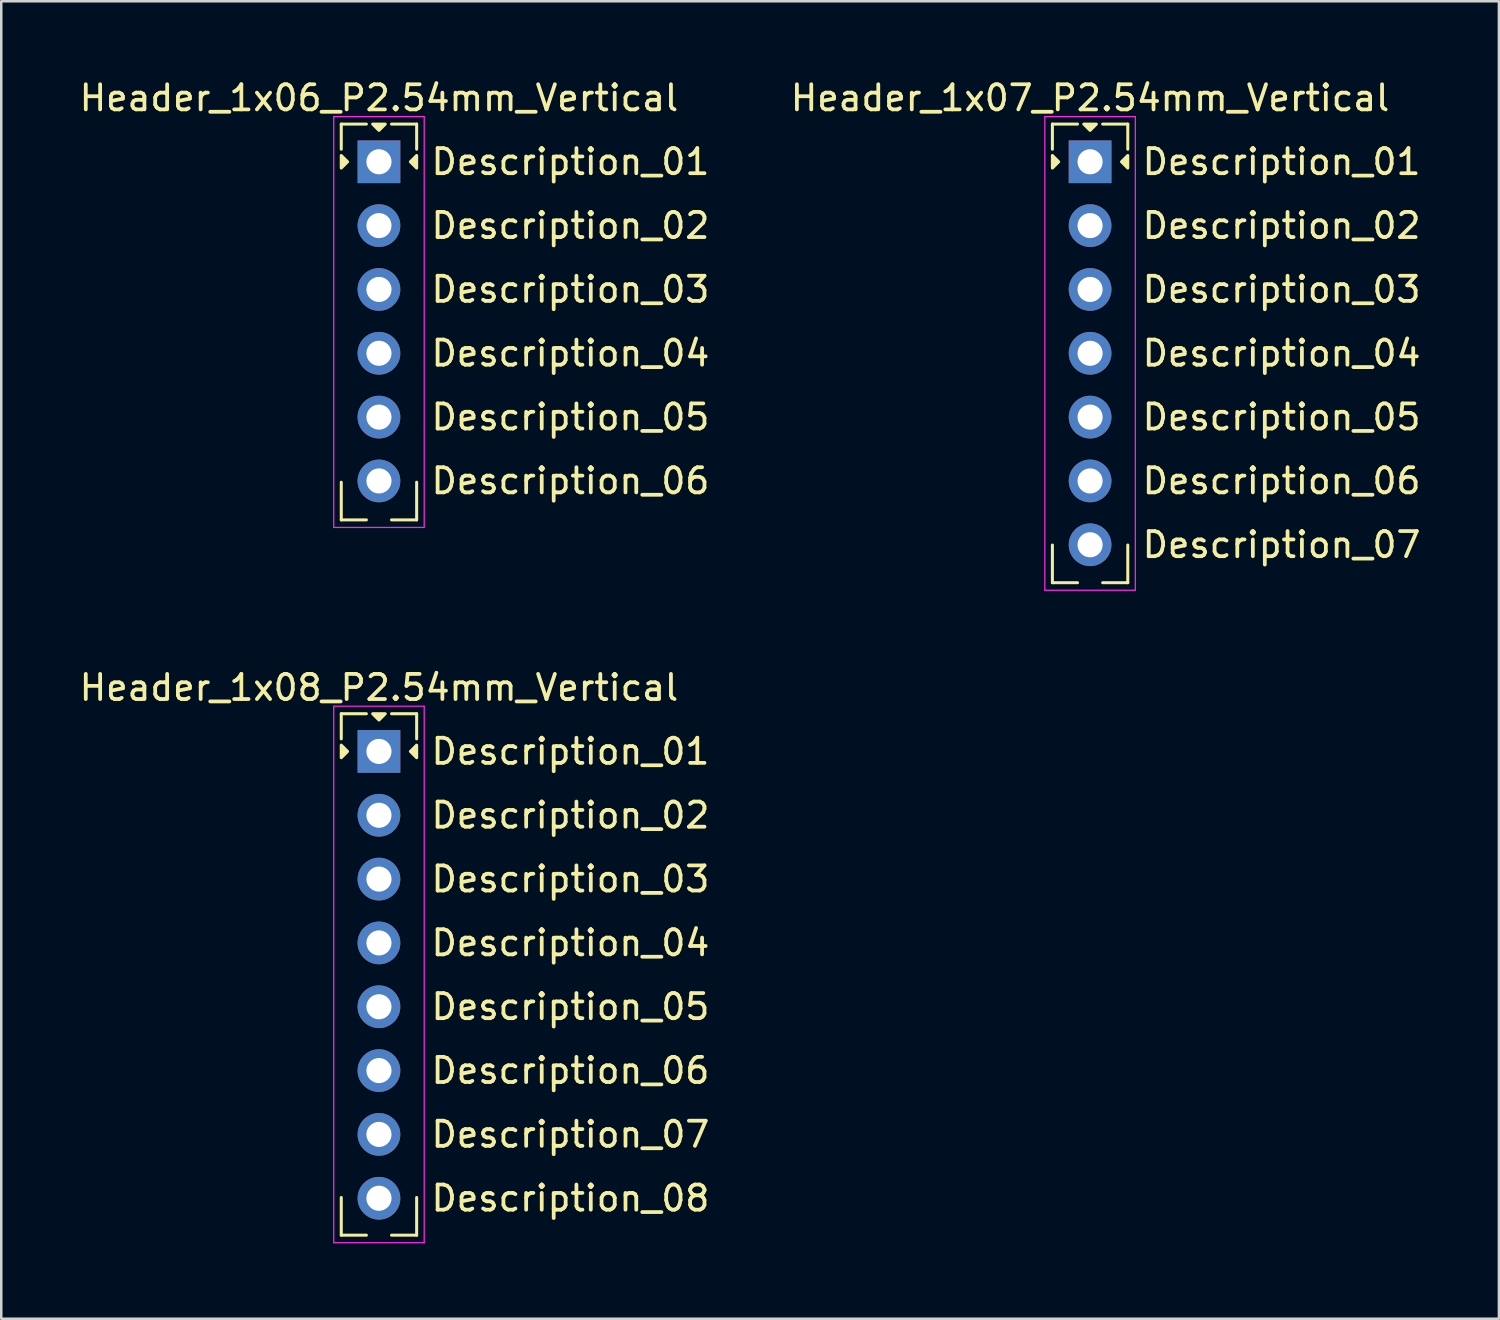
<source format=kicad_pcb>
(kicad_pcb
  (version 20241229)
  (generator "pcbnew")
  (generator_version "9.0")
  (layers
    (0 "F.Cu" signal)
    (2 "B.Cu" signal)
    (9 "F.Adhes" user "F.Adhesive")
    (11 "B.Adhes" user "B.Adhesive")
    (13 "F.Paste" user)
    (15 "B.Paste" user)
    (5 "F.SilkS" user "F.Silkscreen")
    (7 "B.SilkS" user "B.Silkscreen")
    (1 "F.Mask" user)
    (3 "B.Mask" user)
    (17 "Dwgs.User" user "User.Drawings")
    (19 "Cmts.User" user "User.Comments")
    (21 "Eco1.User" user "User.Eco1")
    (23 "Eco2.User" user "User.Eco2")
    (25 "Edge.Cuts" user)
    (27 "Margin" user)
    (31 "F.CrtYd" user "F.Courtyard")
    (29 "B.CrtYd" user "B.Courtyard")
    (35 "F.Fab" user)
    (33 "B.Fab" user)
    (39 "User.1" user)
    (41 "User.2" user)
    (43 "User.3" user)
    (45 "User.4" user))
  (footprint "Header_1x06_P2.54mm_Vertical"
    (layer "F.Cu")
    (at 12.03 3.388)
    (property "Reference" "Header_1x06_P2.54mm_Vertical" (at 0 -2.54 0) (layer "F.SilkS") (effects (font (size 1 1) (thickness 0.15))))
    (attr through_hole)
    (fp_line (start -1.5 -1.5) (end -1.5 -0.5) (stroke (width 0.12) (type solid)) (layer "F.SilkS"))
    (fp_line (start -1.5 12.75) (end -1.5 14.25) (stroke (width 0.12) (type solid)) (layer "F.SilkS"))
    (fp_line (start -1.5 14.25) (end -0.5 14.25) (stroke (width 0.12) (type solid)) (layer "F.SilkS"))
    (fp_line (start -0.5 -1.5) (end -1.5 -1.5) (stroke (width 0.12) (type solid)) (layer "F.SilkS"))
    (fp_line (start 0.5 -1.5) (end 1.5 -1.5) (stroke (width 0.12) (type solid)) (layer "F.SilkS"))
    (fp_line (start 0.5 14.25) (end 1.5 14.25) (stroke (width 0.12) (type solid)) (layer "F.SilkS"))
    (fp_line (start 1.5 -1.5) (end 1.5 -0.5) (stroke (width 0.12) (type solid)) (layer "F.SilkS"))
    (fp_line (start 1.5 14.25) (end 1.5 12.75) (stroke (width 0.12) (type solid)) (layer "F.SilkS"))
    (fp_poly (pts (xy -1.25 0) (xy -1.5 0.25) (xy -1.5 -0.25)) (stroke (width 0.12) (type solid)) (fill yes) (layer "F.SilkS"))
    (fp_poly (pts (xy 0 -1.25) (xy -0.25 -1.5) (xy 0.25 -1.5)) (stroke (width 0.12) (type solid)) (fill yes) (layer "F.SilkS"))
    (fp_poly (pts (xy 1.5 0.25) (xy 1.25 0) (xy 1.5 -0.25)) (stroke (width 0.12) (type solid)) (fill yes) (layer "F.SilkS"))
    (fp_line (start -1.8 -1.8) (end -1.8 14.55) (stroke (width 0.05) (type solid)) (layer "F.CrtYd"))
    (fp_line (start -1.8 14.55) (end 1.8 14.55) (stroke (width 0.05) (type solid)) (layer "F.CrtYd"))
    (fp_line (start 1.8 -1.8) (end -1.8 -1.8) (stroke (width 0.05) (type solid)) (layer "F.CrtYd"))
    (fp_line (start 1.8 14.55) (end 1.8 -1.8) (stroke (width 0.05) (type solid)) (layer "F.CrtYd"))
    (fp_text user "Description_06" (at 7.62 12.7 0) (unlocked yes) (layer "F.SilkS") (effects (font (size 1 1) (thickness 0.15))))
    (fp_text user "Description_04" (at 7.62 7.62 0) (unlocked yes) (layer "F.SilkS") (effects (font (size 1 1) (thickness 0.15))))
    (fp_text user "Description_01" (at 7.62 0 0) (unlocked yes) (layer "F.SilkS") (effects (font (size 1 1) (thickness 0.15))))
    (fp_text user "Description_05" (at 7.62 10.16 0) (unlocked yes) (layer "F.SilkS") (effects (font (size 1 1) (thickness 0.15))))
    (fp_text user "Description_02" (at 7.62 2.54 0) (unlocked yes) (layer "F.SilkS") (effects (font (size 1 1) (thickness 0.15))))
    (fp_text user "Description_03" (at 7.62 5.08 0) (unlocked yes) (layer "F.SilkS") (effects (font (size 1 1) (thickness 0.15))))
    (pad "1" thru_hole rect (at 0 0) (size 1.7 1.7) (drill 1) (layers "*.Cu" "*.Mask"))
    (pad "2" thru_hole oval (at 0 2.54) (size 1.7 1.7) (drill 1) (layers "*.Cu" "*.Mask"))
    (pad "3" thru_hole oval (at 0 5.08) (size 1.7 1.7) (drill 1) (layers "*.Cu" "*.Mask"))
    (pad "4" thru_hole oval (at 0 7.62) (size 1.7 1.7) (drill 1) (layers "*.Cu" "*.Mask"))
    (pad "5" thru_hole oval (at 0 10.16) (size 1.7 1.7) (drill 1) (layers "*.Cu" "*.Mask"))
    (pad "6" thru_hole oval (at 0 12.7) (size 1.7 1.7) (drill 1) (layers "*.Cu" "*.Mask")))
  (footprint "Header_1x07_P2.54mm_Vertical"
    (layer "F.Cu")
    (at 40.328 3.388)
    (property "Reference" "Header_1x07_P2.54mm_Vertical" (at 0 -2.54 0) (layer "F.SilkS") (effects (font (size 1 1) (thickness 0.15))))
    (attr through_hole)
    (fp_line (start -1.5 -1.5) (end -1.5 -0.5) (stroke (width 0.12) (type solid)) (layer "F.SilkS"))
    (fp_line (start -1.5 15.25) (end -1.5 16.75) (stroke (width 0.12) (type solid)) (layer "F.SilkS"))
    (fp_line (start -1.5 16.75) (end -0.5 16.75) (stroke (width 0.12) (type solid)) (layer "F.SilkS"))
    (fp_line (start -0.5 -1.5) (end -1.5 -1.5) (stroke (width 0.12) (type solid)) (layer "F.SilkS"))
    (fp_line (start 0.5 -1.5) (end 1.5 -1.5) (stroke (width 0.12) (type solid)) (layer "F.SilkS"))
    (fp_line (start 0.5 16.75) (end 1.5 16.75) (stroke (width 0.12) (type solid)) (layer "F.SilkS"))
    (fp_line (start 1.5 -1.5) (end 1.5 -0.5) (stroke (width 0.12) (type solid)) (layer "F.SilkS"))
    (fp_line (start 1.5 16.75) (end 1.5 15.25) (stroke (width 0.12) (type solid)) (layer "F.SilkS"))
    (fp_poly (pts (xy -1.25 0) (xy -1.5 0.25) (xy -1.5 -0.25)) (stroke (width 0.12) (type solid)) (fill yes) (layer "F.SilkS"))
    (fp_poly (pts (xy 0 -1.25) (xy -0.25 -1.5) (xy 0.25 -1.5)) (stroke (width 0.12) (type solid)) (fill yes) (layer "F.SilkS"))
    (fp_poly (pts (xy 1.5 0.25) (xy 1.25 0) (xy 1.5 -0.25)) (stroke (width 0.12) (type solid)) (fill yes) (layer "F.SilkS"))
    (fp_line (start -1.8 -1.8) (end -1.8 17.05) (stroke (width 0.05) (type solid)) (layer "F.CrtYd"))
    (fp_line (start -1.8 17.05) (end 1.8 17.05) (stroke (width 0.05) (type solid)) (layer "F.CrtYd"))
    (fp_line (start 1.8 -1.8) (end -1.8 -1.8) (stroke (width 0.05) (type solid)) (layer "F.CrtYd"))
    (fp_line (start 1.8 17.05) (end 1.8 -1.8) (stroke (width 0.05) (type solid)) (layer "F.CrtYd"))
    (fp_text user "Description_01" (at 7.62 0 0) (unlocked yes) (layer "F.SilkS") (effects (font (size 1 1) (thickness 0.15))))
    (fp_text user "Description_05" (at 7.62 10.16 0) (unlocked yes) (layer "F.SilkS") (effects (font (size 1 1) (thickness 0.15))))
    (fp_text user "Description_04" (at 7.62 7.62 0) (unlocked yes) (layer "F.SilkS") (effects (font (size 1 1) (thickness 0.15))))
    (fp_text user "Description_07" (at 7.62 15.24 0) (unlocked yes) (layer "F.SilkS") (effects (font (size 1 1) (thickness 0.15))))
    (fp_text user "Description_03" (at 7.62 5.08 0) (unlocked yes) (layer "F.SilkS") (effects (font (size 1 1) (thickness 0.15))))
    (fp_text user "Description_06" (at 7.62 12.7 0) (unlocked yes) (layer "F.SilkS") (effects (font (size 1 1) (thickness 0.15))))
    (fp_text user "Description_02" (at 7.62 2.54 0) (unlocked yes) (layer "F.SilkS") (effects (font (size 1 1) (thickness 0.15))))
    (pad "1" thru_hole rect (at 0 0) (size 1.7 1.7) (drill 1) (layers "*.Cu" "*.Mask"))
    (pad "2" thru_hole oval (at 0 2.54) (size 1.7 1.7) (drill 1) (layers "*.Cu" "*.Mask"))
    (pad "3" thru_hole oval (at 0 5.08) (size 1.7 1.7) (drill 1) (layers "*.Cu" "*.Mask"))
    (pad "4" thru_hole oval (at 0 7.62) (size 1.7 1.7) (drill 1) (layers "*.Cu" "*.Mask"))
    (pad "5" thru_hole oval (at 0 10.16) (size 1.7 1.7) (drill 1) (layers "*.Cu" "*.Mask"))
    (pad "6" thru_hole oval (at 0 12.7) (size 1.7 1.7) (drill 1) (layers "*.Cu" "*.Mask"))
    (pad "7" thru_hole oval (at 0 15.24) (size 1.7 1.7) (drill 1) (layers "*.Cu" "*.Mask")))
  (footprint "Header_1x08_P2.54mm_Vertical"
    (layer "F.Cu")
    (at 12.03 26.852)
    (property "Reference" "Header_1x08_P2.54mm_Vertical" (at 0 -2.54 0) (layer "F.SilkS") (effects (font (size 1 1) (thickness 0.15))))
    (attr through_hole)
    (fp_line (start -1.5 -1.5) (end -1.5 -0.5) (stroke (width 0.12) (type solid)) (layer "F.SilkS"))
    (fp_line (start -1.5 17.75) (end -1.5 19.25) (stroke (width 0.12) (type solid)) (layer "F.SilkS"))
    (fp_line (start -1.5 19.25) (end -0.5 19.25) (stroke (width 0.12) (type solid)) (layer "F.SilkS"))
    (fp_line (start -0.5 -1.5) (end -1.5 -1.5) (stroke (width 0.12) (type solid)) (layer "F.SilkS"))
    (fp_line (start 0.5 -1.5) (end 1.5 -1.5) (stroke (width 0.12) (type solid)) (layer "F.SilkS"))
    (fp_line (start 0.5 19.25) (end 1.5 19.25) (stroke (width 0.12) (type solid)) (layer "F.SilkS"))
    (fp_line (start 1.5 -1.5) (end 1.5 -0.5) (stroke (width 0.12) (type solid)) (layer "F.SilkS"))
    (fp_line (start 1.5 19.25) (end 1.5 17.75) (stroke (width 0.12) (type solid)) (layer "F.SilkS"))
    (fp_poly (pts (xy -1.25 0) (xy -1.5 0.25) (xy -1.5 -0.25)) (stroke (width 0.12) (type solid)) (fill yes) (layer "F.SilkS"))
    (fp_poly (pts (xy 0 -1.25) (xy -0.25 -1.5) (xy 0.25 -1.5)) (stroke (width 0.12) (type solid)) (fill yes) (layer "F.SilkS"))
    (fp_poly (pts (xy 1.5 0.25) (xy 1.25 0) (xy 1.5 -0.25)) (stroke (width 0.12) (type solid)) (fill yes) (layer "F.SilkS"))
    (fp_line (start -1.8 -1.8) (end -1.8 19.55) (stroke (width 0.05) (type solid)) (layer "F.CrtYd"))
    (fp_line (start -1.8 19.55) (end 1.8 19.55) (stroke (width 0.05) (type solid)) (layer "F.CrtYd"))
    (fp_line (start 1.8 -1.8) (end -1.8 -1.8) (stroke (width 0.05) (type solid)) (layer "F.CrtYd"))
    (fp_line (start 1.8 19.55) (end 1.8 -1.8) (stroke (width 0.05) (type solid)) (layer "F.CrtYd"))
    (fp_text user "Description_06" (at 7.62 12.7 0) (unlocked yes) (layer "F.SilkS") (effects (font (size 1 1) (thickness 0.15))))
    (fp_text user "Description_08" (at 7.62 17.78 0) (unlocked yes) (layer "F.SilkS") (effects (font (size 1 1) (thickness 0.15))))
    (fp_text user "Description_07" (at 7.62 15.24 0) (unlocked yes) (layer "F.SilkS") (effects (font (size 1 1) (thickness 0.15))))
    (fp_text user "Description_04" (at 7.62 7.62 0) (unlocked yes) (layer "F.SilkS") (effects (font (size 1 1) (thickness 0.15))))
    (fp_text user "Description_05" (at 7.62 10.16 0) (unlocked yes) (layer "F.SilkS") (effects (font (size 1 1) (thickness 0.15))))
    (fp_text user "Description_01" (at 7.62 0 0) (unlocked yes) (layer "F.SilkS") (effects (font (size 1 1) (thickness 0.15))))
    (fp_text user "Description_02" (at 7.62 2.54 0) (unlocked yes) (layer "F.SilkS") (effects (font (size 1 1) (thickness 0.15))))
    (fp_text user "Description_03" (at 7.62 5.08 0) (unlocked yes) (layer "F.SilkS") (effects (font (size 1 1) (thickness 0.15))))
    (pad "1" thru_hole rect (at 0 0) (size 1.7 1.7) (drill 1) (layers "*.Cu" "*.Mask"))
    (pad "2" thru_hole oval (at 0 2.54) (size 1.7 1.7) (drill 1) (layers "*.Cu" "*.Mask"))
    (pad "3" thru_hole oval (at 0 5.08) (size 1.7 1.7) (drill 1) (layers "*.Cu" "*.Mask"))
    (pad "4" thru_hole oval (at 0 7.62) (size 1.7 1.7) (drill 1) (layers "*.Cu" "*.Mask"))
    (pad "5" thru_hole oval (at 0 10.16) (size 1.7 1.7) (drill 1) (layers "*.Cu" "*.Mask"))
    (pad "6" thru_hole oval (at 0 12.7) (size 1.7 1.7) (drill 1) (layers "*.Cu" "*.Mask"))
    (pad "7" thru_hole oval (at 0 15.24) (size 1.7 1.7) (drill 1) (layers "*.Cu" "*.Mask"))
    (pad "8" thru_hole oval (at 0 17.78) (size 1.7 1.7) (drill 1) (layers "*.Cu" "*.Mask")))
  (gr_rect
    (start -3 -3)
    (end 56.597 49.426)
    (stroke (width 0.1) (type default))
    (fill no)
    (layer "Edge.Cuts")))
</source>
